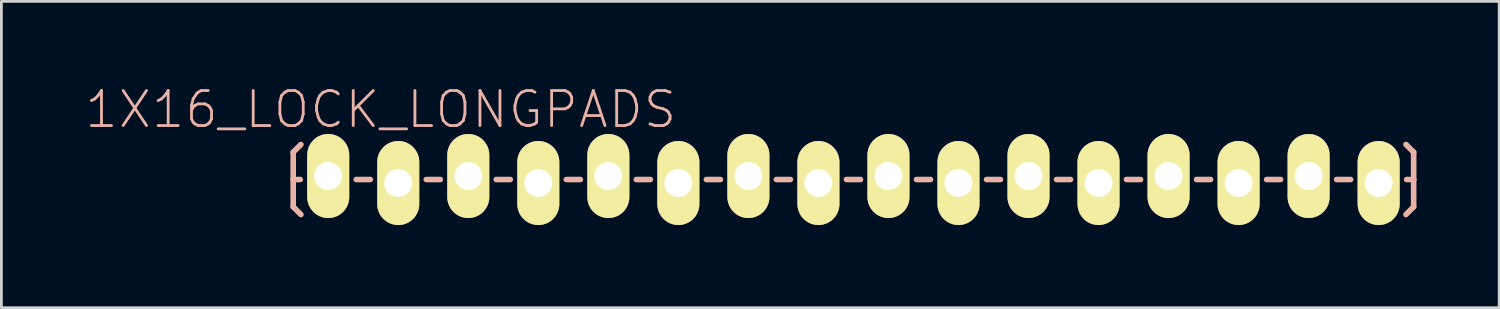
<source format=kicad_pcb>
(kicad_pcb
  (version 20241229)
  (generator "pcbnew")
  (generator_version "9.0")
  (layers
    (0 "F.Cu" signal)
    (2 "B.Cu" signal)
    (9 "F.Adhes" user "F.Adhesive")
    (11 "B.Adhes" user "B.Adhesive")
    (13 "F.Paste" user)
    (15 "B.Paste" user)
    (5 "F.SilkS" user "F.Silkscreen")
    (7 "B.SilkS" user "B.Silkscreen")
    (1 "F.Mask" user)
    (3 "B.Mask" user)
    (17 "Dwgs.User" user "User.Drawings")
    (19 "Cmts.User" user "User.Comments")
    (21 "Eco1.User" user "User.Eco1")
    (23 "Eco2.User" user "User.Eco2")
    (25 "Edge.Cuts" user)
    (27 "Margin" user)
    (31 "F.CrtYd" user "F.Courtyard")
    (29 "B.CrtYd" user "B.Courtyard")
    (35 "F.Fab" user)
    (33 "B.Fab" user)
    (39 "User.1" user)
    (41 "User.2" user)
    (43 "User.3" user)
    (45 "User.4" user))
  (footprint "1X16_LOCK_LONGPADS"
    (layer "F.Cu")
    (at 8.855 3.461)
    (property "Reference" "1X16_LOCK_LONGPADS" (at 1.905 -2.54 0) (layer "B.SilkS") (effects (font (size 1.27 1.27) (thickness 0.102))))
    (attr exclude_from_pos_files exclude_from_bom)
    (fp_line (start -0.292 -0.292) (end 0.292 -0.292) (stroke (width 0.066) (type solid)) (layer "F.SilkS"))
    (fp_line (start -0.292 0.292) (end -0.292 -0.292) (stroke (width 0.066) (type solid)) (layer "F.SilkS"))
    (fp_line (start -0.292 0.292) (end 0.292 0.292) (stroke (width 0.066) (type solid)) (layer "F.SilkS"))
    (fp_line (start 0.292 0.292) (end 0.292 -0.292) (stroke (width 0.066) (type solid)) (layer "F.SilkS"))
    (fp_line (start 2.248 -0.292) (end 2.832 -0.292) (stroke (width 0.066) (type solid)) (layer "F.SilkS"))
    (fp_line (start 2.248 0.292) (end 2.248 -0.292) (stroke (width 0.066) (type solid)) (layer "F.SilkS"))
    (fp_line (start 2.248 0.292) (end 2.832 0.292) (stroke (width 0.066) (type solid)) (layer "F.SilkS"))
    (fp_line (start 2.832 0.292) (end 2.832 -0.292) (stroke (width 0.066) (type solid)) (layer "F.SilkS"))
    (fp_line (start 4.788 -0.292) (end 5.372 -0.292) (stroke (width 0.066) (type solid)) (layer "F.SilkS"))
    (fp_line (start 4.788 0.292) (end 4.788 -0.292) (stroke (width 0.066) (type solid)) (layer "F.SilkS"))
    (fp_line (start 4.788 0.292) (end 5.372 0.292) (stroke (width 0.066) (type solid)) (layer "F.SilkS"))
    (fp_line (start 5.372 0.292) (end 5.372 -0.292) (stroke (width 0.066) (type solid)) (layer "F.SilkS"))
    (fp_line (start 7.328 -0.292) (end 7.912 -0.292) (stroke (width 0.066) (type solid)) (layer "F.SilkS"))
    (fp_line (start 7.328 0.292) (end 7.328 -0.292) (stroke (width 0.066) (type solid)) (layer "F.SilkS"))
    (fp_line (start 7.328 0.292) (end 7.912 0.292) (stroke (width 0.066) (type solid)) (layer "F.SilkS"))
    (fp_line (start 7.912 0.292) (end 7.912 -0.292) (stroke (width 0.066) (type solid)) (layer "F.SilkS"))
    (fp_line (start 9.868 -0.292) (end 10.452 -0.292) (stroke (width 0.066) (type solid)) (layer "F.SilkS"))
    (fp_line (start 9.868 0.292) (end 9.868 -0.292) (stroke (width 0.066) (type solid)) (layer "F.SilkS"))
    (fp_line (start 9.868 0.292) (end 10.452 0.292) (stroke (width 0.066) (type solid)) (layer "F.SilkS"))
    (fp_line (start 10.452 0.292) (end 10.452 -0.292) (stroke (width 0.066) (type solid)) (layer "F.SilkS"))
    (fp_line (start 12.408 -0.292) (end 12.992 -0.292) (stroke (width 0.066) (type solid)) (layer "F.SilkS"))
    (fp_line (start 12.408 0.292) (end 12.408 -0.292) (stroke (width 0.066) (type solid)) (layer "F.SilkS"))
    (fp_line (start 12.408 0.292) (end 12.992 0.292) (stroke (width 0.066) (type solid)) (layer "F.SilkS"))
    (fp_line (start 12.992 0.292) (end 12.992 -0.292) (stroke (width 0.066) (type solid)) (layer "F.SilkS"))
    (fp_line (start 14.948 -0.292) (end 15.532 -0.292) (stroke (width 0.066) (type solid)) (layer "F.SilkS"))
    (fp_line (start 14.948 0.292) (end 14.948 -0.292) (stroke (width 0.066) (type solid)) (layer "F.SilkS"))
    (fp_line (start 14.948 0.292) (end 15.532 0.292) (stroke (width 0.066) (type solid)) (layer "F.SilkS"))
    (fp_line (start 15.532 0.292) (end 15.532 -0.292) (stroke (width 0.066) (type solid)) (layer "F.SilkS"))
    (fp_line (start 17.488 -0.292) (end 18.072 -0.292) (stroke (width 0.066) (type solid)) (layer "F.SilkS"))
    (fp_line (start 17.488 0.292) (end 17.488 -0.292) (stroke (width 0.066) (type solid)) (layer "F.SilkS"))
    (fp_line (start 17.488 0.292) (end 18.072 0.292) (stroke (width 0.066) (type solid)) (layer "F.SilkS"))
    (fp_line (start 18.072 0.292) (end 18.072 -0.292) (stroke (width 0.066) (type solid)) (layer "F.SilkS"))
    (fp_line (start 20.028 -0.292) (end 20.612 -0.292) (stroke (width 0.066) (type solid)) (layer "F.SilkS"))
    (fp_line (start 20.028 0.292) (end 20.028 -0.292) (stroke (width 0.066) (type solid)) (layer "F.SilkS"))
    (fp_line (start 20.028 0.292) (end 20.612 0.292) (stroke (width 0.066) (type solid)) (layer "F.SilkS"))
    (fp_line (start 20.612 0.292) (end 20.612 -0.292) (stroke (width 0.066) (type solid)) (layer "F.SilkS"))
    (fp_line (start 22.568 -0.292) (end 23.152 -0.292) (stroke (width 0.066) (type solid)) (layer "F.SilkS"))
    (fp_line (start 22.568 0.292) (end 22.568 -0.292) (stroke (width 0.066) (type solid)) (layer "F.SilkS"))
    (fp_line (start 22.568 0.292) (end 23.152 0.292) (stroke (width 0.066) (type solid)) (layer "F.SilkS"))
    (fp_line (start 23.152 0.292) (end 23.152 -0.292) (stroke (width 0.066) (type solid)) (layer "F.SilkS"))
    (fp_line (start 25.108 -0.292) (end 25.692 -0.292) (stroke (width 0.066) (type solid)) (layer "F.SilkS"))
    (fp_line (start 25.108 0.292) (end 25.108 -0.292) (stroke (width 0.066) (type solid)) (layer "F.SilkS"))
    (fp_line (start 25.108 0.292) (end 25.692 0.292) (stroke (width 0.066) (type solid)) (layer "F.SilkS"))
    (fp_line (start 25.692 0.292) (end 25.692 -0.292) (stroke (width 0.066) (type solid)) (layer "F.SilkS"))
    (fp_line (start 27.648 -0.292) (end 28.232 -0.292) (stroke (width 0.066) (type solid)) (layer "F.SilkS"))
    (fp_line (start 27.648 0.292) (end 27.648 -0.292) (stroke (width 0.066) (type solid)) (layer "F.SilkS"))
    (fp_line (start 27.648 0.292) (end 28.232 0.292) (stroke (width 0.066) (type solid)) (layer "F.SilkS"))
    (fp_line (start 28.232 0.292) (end 28.232 -0.292) (stroke (width 0.066) (type solid)) (layer "F.SilkS"))
    (fp_line (start 30.185 -0.292) (end 30.772 -0.292) (stroke (width 0.066) (type solid)) (layer "F.SilkS"))
    (fp_line (start 30.185 0.292) (end 30.185 -0.292) (stroke (width 0.066) (type solid)) (layer "F.SilkS"))
    (fp_line (start 30.185 0.292) (end 30.772 0.292) (stroke (width 0.066) (type solid)) (layer "F.SilkS"))
    (fp_line (start 30.772 0.292) (end 30.772 -0.292) (stroke (width 0.066) (type solid)) (layer "F.SilkS"))
    (fp_line (start 32.728 -0.292) (end 33.312 -0.292) (stroke (width 0.066) (type solid)) (layer "F.SilkS"))
    (fp_line (start 32.728 0.292) (end 32.728 -0.292) (stroke (width 0.066) (type solid)) (layer "F.SilkS"))
    (fp_line (start 32.728 0.292) (end 33.312 0.292) (stroke (width 0.066) (type solid)) (layer "F.SilkS"))
    (fp_line (start 33.312 0.292) (end 33.312 -0.292) (stroke (width 0.066) (type solid)) (layer "F.SilkS"))
    (fp_line (start 35.268 -0.292) (end 35.852 -0.292) (stroke (width 0.066) (type solid)) (layer "F.SilkS"))
    (fp_line (start 35.268 0.292) (end 35.268 -0.292) (stroke (width 0.066) (type solid)) (layer "F.SilkS"))
    (fp_line (start 35.268 0.292) (end 35.852 0.292) (stroke (width 0.066) (type solid)) (layer "F.SilkS"))
    (fp_line (start 35.852 0.292) (end 35.852 -0.292) (stroke (width 0.066) (type solid)) (layer "F.SilkS"))
    (fp_line (start 37.808 -0.292) (end 38.392 -0.292) (stroke (width 0.066) (type solid)) (layer "F.SilkS"))
    (fp_line (start 37.808 0.292) (end 37.808 -0.292) (stroke (width 0.066) (type solid)) (layer "F.SilkS"))
    (fp_line (start 37.808 0.292) (end 38.392 0.292) (stroke (width 0.066) (type solid)) (layer "F.SilkS"))
    (fp_line (start 38.392 0.292) (end 38.392 -0.292) (stroke (width 0.066) (type solid)) (layer "F.SilkS"))
    (fp_line (start -1.27 -0.991) (end -0.991 -1.27) (stroke (width 0.203) (type solid)) (layer "B.SilkS"))
    (fp_line (start -1.27 0) (end -1.27 -0.991) (stroke (width 0.203) (type solid)) (layer "B.SilkS"))
    (fp_line (start -1.27 0) (end -1.27 0.991) (stroke (width 0.203) (type solid)) (layer "B.SilkS"))
    (fp_line (start -1.27 0) (end -1.016 0) (stroke (width 0.203) (type solid)) (layer "B.SilkS"))
    (fp_line (start -1.27 0.991) (end -0.991 1.27) (stroke (width 0.203) (type solid)) (layer "B.SilkS"))
    (fp_line (start 1.524 0) (end 1.016 0) (stroke (width 0.203) (type solid)) (layer "B.SilkS"))
    (fp_line (start 4.064 0) (end 3.556 0) (stroke (width 0.203) (type solid)) (layer "B.SilkS"))
    (fp_line (start 6.604 0) (end 6.096 0) (stroke (width 0.203) (type solid)) (layer "B.SilkS"))
    (fp_line (start 9.144 0) (end 8.636 0) (stroke (width 0.203) (type solid)) (layer "B.SilkS"))
    (fp_line (start 11.684 0) (end 11.176 0) (stroke (width 0.203) (type solid)) (layer "B.SilkS"))
    (fp_line (start 14.224 0) (end 13.716 0) (stroke (width 0.203) (type solid)) (layer "B.SilkS"))
    (fp_line (start 16.764 0) (end 16.256 0) (stroke (width 0.203) (type solid)) (layer "B.SilkS"))
    (fp_line (start 19.304 0) (end 18.796 0) (stroke (width 0.203) (type solid)) (layer "B.SilkS"))
    (fp_line (start 21.844 0) (end 21.336 0) (stroke (width 0.203) (type solid)) (layer "B.SilkS"))
    (fp_line (start 24.384 0) (end 23.876 0) (stroke (width 0.203) (type solid)) (layer "B.SilkS"))
    (fp_line (start 26.924 0) (end 26.416 0) (stroke (width 0.203) (type solid)) (layer "B.SilkS"))
    (fp_line (start 29.464 0) (end 28.953 0) (stroke (width 0.203) (type solid)) (layer "B.SilkS"))
    (fp_line (start 32.004 0) (end 31.496 0) (stroke (width 0.203) (type solid)) (layer "B.SilkS"))
    (fp_line (start 34.544 0) (end 34.036 0) (stroke (width 0.203) (type solid)) (layer "B.SilkS"))
    (fp_line (start 37.084 0) (end 36.576 0) (stroke (width 0.203) (type solid)) (layer "B.SilkS"))
    (fp_line (start 39.37 -0.991) (end 39.091 -1.27) (stroke (width 0.203) (type solid)) (layer "B.SilkS"))
    (fp_line (start 39.37 0) (end 39.116 0) (stroke (width 0.203) (type solid)) (layer "B.SilkS"))
    (fp_line (start 39.37 0) (end 39.37 -0.991) (stroke (width 0.203) (type solid)) (layer "B.SilkS"))
    (fp_line (start 39.37 0) (end 39.37 0.991) (stroke (width 0.203) (type solid)) (layer "B.SilkS"))
    (fp_line (start 39.37 0.991) (end 39.091 1.27) (stroke (width 0.203) (type solid)) (layer "B.SilkS"))
    (pad "1" thru_hole oval (at 0 -0.127 180) (size 1.524 3.048) (drill 1.016) (layers "*.Cu" "F.Mask" "F.SilkS" "F.Paste"))
    (pad "2" thru_hole oval (at 2.54 0.127 180) (size 1.524 3.048) (drill 1.016) (layers "*.Cu" "F.Mask" "F.SilkS" "F.Paste"))
    (pad "3" thru_hole oval (at 5.08 -0.127 180) (size 1.524 3.048) (drill 1.016) (layers "*.Cu" "F.Mask" "F.SilkS" "F.Paste"))
    (pad "4" thru_hole oval (at 7.62 0.127 180) (size 1.524 3.048) (drill 1.016) (layers "*.Cu" "F.Mask" "F.SilkS" "F.Paste"))
    (pad "5" thru_hole oval (at 10.16 -0.127 180) (size 1.524 3.048) (drill 1.016) (layers "*.Cu" "F.Mask" "F.SilkS" "F.Paste"))
    (pad "6" thru_hole oval (at 12.7 0.127 180) (size 1.524 3.048) (drill 1.016) (layers "*.Cu" "F.Mask" "F.SilkS" "F.Paste"))
    (pad "7" thru_hole oval (at 15.24 -0.127 180) (size 1.524 3.048) (drill 1.016) (layers "*.Cu" "F.Mask" "F.SilkS" "F.Paste"))
    (pad "8" thru_hole oval (at 17.78 0.127 180) (size 1.524 3.048) (drill 1.016) (layers "*.Cu" "F.Mask" "F.SilkS" "F.Paste"))
    (pad "9" thru_hole oval (at 20.32 -0.127 180) (size 1.524 3.048) (drill 1.016) (layers "*.Cu" "F.Mask" "F.SilkS" "F.Paste"))
    (pad "10" thru_hole oval (at 22.86 0.127 180) (size 1.524 3.048) (drill 1.016) (layers "*.Cu" "F.Mask" "F.SilkS" "F.Paste"))
    (pad "11" thru_hole oval (at 25.4 -0.127 180) (size 1.524 3.048) (drill 1.016) (layers "*.Cu" "F.Mask" "F.SilkS" "F.Paste"))
    (pad "12" thru_hole oval (at 27.94 0.127 180) (size 1.524 3.048) (drill 1.016) (layers "*.Cu" "F.Mask" "F.SilkS" "F.Paste"))
    (pad "13" thru_hole oval (at 30.48 -0.127 180) (size 1.524 3.048) (drill 1.016) (layers "*.Cu" "F.Mask" "F.SilkS" "F.Paste"))
    (pad "14" thru_hole oval (at 33.02 0.127 180) (size 1.524 3.048) (drill 1.016) (layers "*.Cu" "F.Mask" "F.SilkS" "F.Paste"))
    (pad "15" thru_hole oval (at 35.56 -0.127 180) (size 1.524 3.048) (drill 1.016) (layers "*.Cu" "F.Mask" "F.SilkS" "F.Paste"))
    (pad "16" thru_hole oval (at 38.1 0.127 180) (size 1.524 3.048) (drill 1.016) (layers "*.Cu" "F.Mask" "F.SilkS" "F.Paste")))
  (gr_rect
    (start -3 -3)
    (end 51.327 8.112)
    (stroke (width 0.1) (type default))
    (fill no)
    (layer "Edge.Cuts")))
</source>
